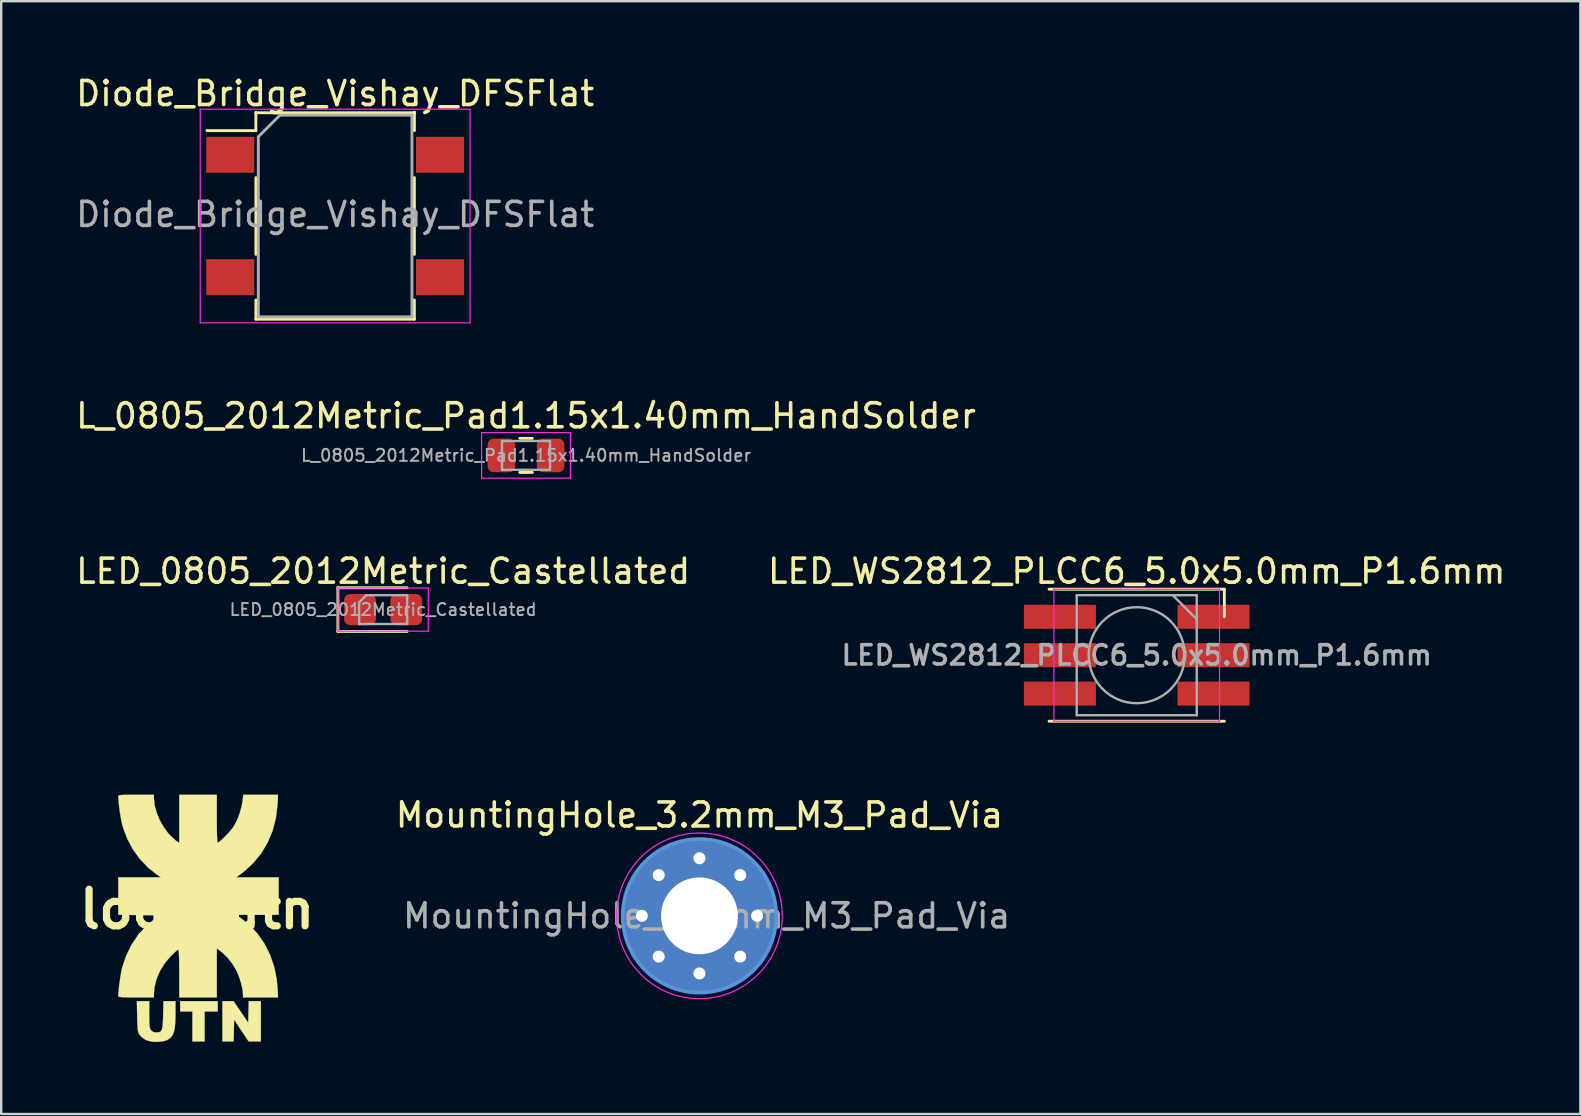
<source format=kicad_pcb>
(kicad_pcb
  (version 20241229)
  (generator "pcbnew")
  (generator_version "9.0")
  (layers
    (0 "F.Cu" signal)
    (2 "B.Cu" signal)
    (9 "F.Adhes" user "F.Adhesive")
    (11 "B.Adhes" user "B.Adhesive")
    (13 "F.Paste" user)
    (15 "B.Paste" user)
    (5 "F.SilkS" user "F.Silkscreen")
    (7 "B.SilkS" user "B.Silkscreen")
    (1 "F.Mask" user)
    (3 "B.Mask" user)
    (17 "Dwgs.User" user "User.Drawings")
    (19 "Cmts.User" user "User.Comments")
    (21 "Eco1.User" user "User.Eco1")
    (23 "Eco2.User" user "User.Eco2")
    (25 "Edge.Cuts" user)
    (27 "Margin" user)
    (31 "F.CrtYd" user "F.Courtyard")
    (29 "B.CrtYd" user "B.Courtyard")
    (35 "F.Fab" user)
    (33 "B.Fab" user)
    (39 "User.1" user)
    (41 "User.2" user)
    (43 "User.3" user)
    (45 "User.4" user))
  (footprint "LED_0805_2012Metric_Castellated"
    (layer "F.Cu")
    (at 12.911 22.345)
    (property "Reference" "LED_0805_2012Metric_Castellated" (at 0 -1.6 0) (layer "F.SilkS") (effects (font (size 1 1) (thickness 0.15))))
    (attr smd)
    (fp_line (start -1.885 -0.91) (end -1.885 0.91) (stroke (width 0.12) (type solid)) (layer "F.SilkS"))
    (fp_line (start -1.885 0.91) (end 1 0.91) (stroke (width 0.12) (type solid)) (layer "F.SilkS"))
    (fp_line (start 1 -0.91) (end -1.885 -0.91) (stroke (width 0.12) (type solid)) (layer "F.SilkS"))
    (fp_line (start -1.88 -0.9) (end 1.88 -0.9) (stroke (width 0.05) (type solid)) (layer "F.CrtYd"))
    (fp_line (start -1.88 0.9) (end -1.88 -0.9) (stroke (width 0.05) (type solid)) (layer "F.CrtYd"))
    (fp_line (start 1.88 -0.9) (end 1.88 0.9) (stroke (width 0.05) (type solid)) (layer "F.CrtYd"))
    (fp_line (start 1.88 0.9) (end -1.88 0.9) (stroke (width 0.05) (type solid)) (layer "F.CrtYd"))
    (fp_line (start -1 -0.3) (end -1 0.6) (stroke (width 0.1) (type solid)) (layer "F.Fab"))
    (fp_line (start -1 0.6) (end 1 0.6) (stroke (width 0.1) (type solid)) (layer "F.Fab"))
    (fp_line (start -0.7 -0.6) (end -1 -0.3) (stroke (width 0.1) (type solid)) (layer "F.Fab"))
    (fp_line (start 1 -0.6) (end -0.7 -0.6) (stroke (width 0.1) (type solid)) (layer "F.Fab"))
    (fp_line (start 1 0.6) (end 1 -0.6) (stroke (width 0.1) (type solid)) (layer "F.Fab"))
    (fp_text user "${REFERENCE}" (at 0 0 0) (layer "F.Fab") (effects (font (size 0.5 0.5) (thickness 0.08))))
    (pad "1" smd roundrect (at -0.963 0) (size 1.325 1.3) (layers "F.Cu" "F.Mask" "F.Paste") (roundrect_rratio 0.192))
    (pad "2" smd roundrect (at 0.963 0) (size 1.325 1.3) (layers "F.Cu" "F.Mask" "F.Paste") (roundrect_rratio 0.192)))
  (footprint "MountingHole_3.2mm_M3_Pad_Via"
    (layer "F.Cu")
    (at 26.088 35.103)
    (property "Reference" "MountingHole_3.2mm_M3_Pad_Via" (at 0 -4.2 0) (layer "F.SilkS") (effects (font (size 1 1) (thickness 0.15))))
    (attr exclude_from_pos_files exclude_from_bom)
    (fp_circle (center 0 0) (end 3.2 0) (stroke (width 0.15) (type solid)) (fill no) (layer "Cmts.User"))
    (fp_circle (center 0 0) (end 3.45 0) (stroke (width 0.05) (type solid)) (fill no) (layer "F.CrtYd"))
    (fp_text user "${REFERENCE}" (at 0.3 0 0) (layer "F.Fab") (effects (font (size 1 1) (thickness 0.15))))
    (pad "1" thru_hole circle (at -2.4 0) (size 0.8 0.8) (drill 0.5) (layers "*.Cu" "*.Mask"))
    (pad "1" thru_hole circle (at -1.697 -1.697) (size 0.8 0.8) (drill 0.5) (layers "*.Cu" "*.Mask"))
    (pad "1" thru_hole circle (at -1.697 1.697) (size 0.8 0.8) (drill 0.5) (layers "*.Cu" "*.Mask"))
    (pad "1" thru_hole circle (at 0 -2.4) (size 0.8 0.8) (drill 0.5) (layers "*.Cu" "*.Mask"))
    (pad "1" thru_hole circle (at 0 0) (size 6.4 6.4) (drill 3.2) (layers "*.Cu" "*.Mask"))
    (pad "1" thru_hole circle (at 0 2.4) (size 0.8 0.8) (drill 0.5) (layers "*.Cu" "*.Mask"))
    (pad "1" thru_hole circle (at 1.697 -1.697) (size 0.8 0.8) (drill 0.5) (layers "*.Cu" "*.Mask"))
    (pad "1" thru_hole circle (at 1.697 1.697) (size 0.8 0.8) (drill 0.5) (layers "*.Cu" "*.Mask"))
    (pad "1" thru_hole circle (at 2.4 0) (size 0.8 0.8) (drill 0.5) (layers "*.Cu" "*.Mask")))
  (footprint "LED_WS2812_PLCC6_5.0x5.0mm_P1.6mm"
    (layer "F.Cu")
    (at 44.304 24.245)
    (property "Reference" "LED_WS2812_PLCC6_5.0x5.0mm_P1.6mm" (at 0 -3.5 0) (layer "F.SilkS") (effects (font (size 1 1) (thickness 0.15))))
    (attr smd)
    (fp_line (start -3.65 -2.75) (end 3.65 -2.75) (stroke (width 0.12) (type solid)) (layer "F.SilkS"))
    (fp_line (start -3.65 2.75) (end 3.65 2.75) (stroke (width 0.12) (type solid)) (layer "F.SilkS"))
    (fp_line (start 3.65 -1.6) (end 3.65 -2.75) (stroke (width 0.12) (type solid)) (layer "F.SilkS"))
    (fp_line (start -3.45 -2.75) (end -3.45 2.75) (stroke (width 0.05) (type solid)) (layer "F.CrtYd"))
    (fp_line (start -3.45 2.75) (end 3.45 2.75) (stroke (width 0.05) (type solid)) (layer "F.CrtYd"))
    (fp_line (start 3.45 -2.75) (end -3.45 -2.75) (stroke (width 0.05) (type solid)) (layer "F.CrtYd"))
    (fp_line (start 3.45 2.75) (end 3.45 -2.75) (stroke (width 0.05) (type solid)) (layer "F.CrtYd"))
    (fp_line (start -2.5 -2.5) (end 2.5 -2.5) (stroke (width 0.1) (type solid)) (layer "F.Fab"))
    (fp_line (start -2.5 2.5) (end -2.5 -2.5) (stroke (width 0.1) (type solid)) (layer "F.Fab"))
    (fp_line (start 2.5 -2.5) (end 2.5 2.5) (stroke (width 0.1) (type solid)) (layer "F.Fab"))
    (fp_line (start 2.5 -1.5) (end 1.5 -2.5) (stroke (width 0.1) (type solid)) (layer "F.Fab"))
    (fp_line (start 2.5 2.5) (end -2.5 2.5) (stroke (width 0.1) (type solid)) (layer "F.Fab"))
    (fp_circle (center 0 0) (end 0 -2) (stroke (width 0.1) (type solid)) (fill no) (layer "F.Fab"))
    (fp_text user "${REFERENCE}" (at 0 0 0) (layer "F.Fab") (effects (font (size 0.8 0.8) (thickness 0.15))))
    (pad "" smd circle (at 0 0) (size 4 4) (layers "F.Mask"))
    (pad "1" smd rect (at 3.2 -1.6) (size 3 1) (layers "F.Cu" "F.Mask" "F.Paste"))
    (pad "2" smd rect (at 3.2 0) (size 3 1) (layers "F.Cu" "F.Mask" "F.Paste"))
    (pad "3" smd rect (at 3.2 1.6) (size 3 1) (layers "F.Cu" "F.Mask" "F.Paste"))
    (pad "4" smd rect (at -3.2 1.6) (size 3 1) (layers "F.Cu" "F.Mask" "F.Paste"))
    (pad "5" smd rect (at -3.2 0) (size 3 1) (layers "F.Cu" "F.Mask" "F.Paste"))
    (pad "6" smd rect (at -3.2 -1.6) (size 3 1) (layers "F.Cu" "F.Mask" "F.Paste")))
  (footprint "Diode_Bridge_Vishay_DFSFlat"
    (layer "F.Cu")
    (at 10.911 5.948)
    (property "Reference" "Diode_Bridge_Vishay_DFSFlat" (at 0 -5.1 0) (layer "F.SilkS") (effects (font (size 1 1) (thickness 0.15))))
    (attr smd)
    (fp_line (start -5.334 -3.556) (end -5.334 -3.556) (stroke (width 0.12) (type solid)) (layer "F.SilkS"))
    (fp_line (start -3.302 -4.318) (end -3.302 -3.556) (stroke (width 0.12) (type solid)) (layer "F.SilkS"))
    (fp_line (start -3.302 -3.556) (end -5.334 -3.556) (stroke (width 0.12) (type solid)) (layer "F.SilkS"))
    (fp_line (start -3.3 -4.3) (end 3.3 -4.3) (stroke (width 0.12) (type solid)) (layer "F.SilkS"))
    (fp_line (start -3.3 -1.6) (end -3.3 1.6) (stroke (width 0.12) (type solid)) (layer "F.SilkS"))
    (fp_line (start -3.3 3.5) (end -3.3 4.3) (stroke (width 0.12) (type solid)) (layer "F.SilkS"))
    (fp_line (start -3.3 4.3) (end 3.3 4.3) (stroke (width 0.12) (type solid)) (layer "F.SilkS"))
    (fp_line (start 3.3 -1.6) (end 3.3 1.6) (stroke (width 0.12) (type solid)) (layer "F.SilkS"))
    (fp_line (start 3.3 4.3) (end 3.3 3.5) (stroke (width 0.12) (type solid)) (layer "F.SilkS"))
    (fp_line (start 3.302 -4.318) (end 3.302 -4.318) (stroke (width 0.12) (type solid)) (layer "F.SilkS"))
    (fp_line (start 3.302 -3.556) (end 3.302 -4.318) (stroke (width 0.12) (type solid)) (layer "F.SilkS"))
    (fp_line (start -5.62 -4.45) (end -5.62 4.45) (stroke (width 0.05) (type solid)) (layer "F.CrtYd"))
    (fp_line (start -5.62 -4.45) (end 5.62 -4.45) (stroke (width 0.05) (type solid)) (layer "F.CrtYd"))
    (fp_line (start 5.62 4.45) (end -5.62 4.45) (stroke (width 0.05) (type solid)) (layer "F.CrtYd"))
    (fp_line (start 5.62 4.45) (end 5.62 -4.45) (stroke (width 0.05) (type solid)) (layer "F.CrtYd"))
    (fp_line (start -3.2 -3.3) (end -2.3 -4.2) (stroke (width 0.12) (type solid)) (layer "F.Fab"))
    (fp_line (start -3.2 4.2) (end -3.2 -3.3) (stroke (width 0.12) (type solid)) (layer "F.Fab"))
    (fp_line (start -2.3 -4.2) (end 3.2 -4.2) (stroke (width 0.12) (type solid)) (layer "F.Fab"))
    (fp_line (start 3.2 -4.2) (end 3.2 4.2) (stroke (width 0.12) (type solid)) (layer "F.Fab"))
    (fp_line (start 3.2 4.2) (end -3.2 4.2) (stroke (width 0.12) (type solid)) (layer "F.Fab"))
    (fp_text user "${REFERENCE}" (at 0 -0.065 0) (layer "F.Fab") (effects (font (size 1 1) (thickness 0.15))))
    (pad "1" smd rect (at -4.37 -2.55) (size 2 1.5) (layers "F.Cu" "F.Mask" "F.Paste"))
    (pad "2" smd rect (at -4.37 2.55) (size 2 1.5) (layers "F.Cu" "F.Mask" "F.Paste"))
    (pad "3" smd rect (at 4.37 2.55) (size 2 1.5) (layers "F.Cu" "F.Mask" "F.Paste"))
    (pad "4" smd rect (at 4.37 -2.55) (size 2 1.5) (layers "F.Cu" "F.Mask" "F.Paste")))
  (footprint "logo_utn"
    (layer "F.Cu")
    (at 5.16 34.827)
    (property "Reference" "logo_utn" (at 0 0 0) (layer "F.SilkS") (effects (font (size 1.524 1.524) (thickness 0.3))))
    (attr through_hole)
    (fp_poly (pts (xy 0.86 4.259) (xy 0.313 4.259) (xy 0.313 5.51) (xy -0.195 5.51) (xy -0.195 4.259) (xy -0.703 4.259) (xy -0.703 3.83) (xy 0.86 3.83) (xy 0.86 4.259)) (stroke (width 0.01) (type solid)) (fill yes) (layer "F.SilkS"))
    (fp_poly (pts (xy 1.825 4.28) (xy 2.13 4.731) (xy 2.152 3.83) (xy 2.657 3.83) (xy 2.657 5.51) (xy 2.15 5.51) (xy 1.847 5.055) (xy 1.544 4.599) (xy 1.533 5.055) (xy 1.522 5.51) (xy 1.055 5.51) (xy 1.055 3.83) (xy 1.521 3.83) (xy 1.825 4.28)) (stroke (width 0.01) (type solid)) (fill yes) (layer "F.SilkS"))
    (fp_poly (pts (xy -1.993 4.392) (xy -1.992 4.618) (xy -1.987 4.78) (xy -1.978 4.892) (xy -1.962 4.966) (xy -1.939 5.018) (xy -1.92 5.044) (xy -1.826 5.116) (xy -1.704 5.135) (xy -1.607 5.129) (xy -1.535 5.106) (xy -1.485 5.054) (xy -1.452 4.964) (xy -1.431 4.825) (xy -1.42 4.627) (xy -1.414 4.414) (xy -1.401 3.83) (xy -0.899 3.83) (xy -0.9 4.386) (xy -0.907 4.692) (xy -0.928 4.931) (xy -0.966 5.114) (xy -1.025 5.251) (xy -1.108 5.355) (xy -1.22 5.434) (xy -1.25 5.451) (xy -1.393 5.497) (xy -1.582 5.523) (xy -1.785 5.525) (xy -1.932 5.509) (xy -2.144 5.444) (xy -2.312 5.325) (xy -2.401 5.221) (xy -2.431 5.174) (xy -2.453 5.116) (xy -2.469 5.035) (xy -2.48 4.918) (xy -2.488 4.751) (xy -2.493 4.521) (xy -2.495 4.472) (xy -2.508 3.83) (xy -1.993 3.83) (xy -1.993 4.392)) (stroke (width 0.01) (type solid)) (fill yes) (layer "F.SilkS"))
    (fp_poly (pts (xy -1.798 -4.604) (xy -1.767 -4.322) (xy -1.683 -4.016) (xy -1.553 -3.706) (xy -1.387 -3.412) (xy -1.195 -3.156) (xy -1.131 -3.088) (xy -1.015 -2.975) (xy -0.91 -2.88) (xy -0.835 -2.822) (xy -0.824 -2.815) (xy -0.742 -2.772) (xy -0.742 -4.767) (xy 0.821 -4.767) (xy 0.821 -3.771) (xy 0.822 -3.467) (xy 0.826 -3.21) (xy 0.832 -3.006) (xy 0.841 -2.862) (xy 0.851 -2.785) (xy 0.857 -2.774) (xy 0.914 -2.802) (xy 1.007 -2.877) (xy 1.122 -2.985) (xy 1.247 -3.113) (xy 1.369 -3.247) (xy 1.473 -3.373) (xy 1.531 -3.455) (xy 1.66 -3.696) (xy 1.772 -3.983) (xy 1.856 -4.286) (xy 1.898 -4.526) (xy 1.925 -4.767) (xy 3.372 -4.767) (xy 3.349 -4.347) (xy 3.283 -3.795) (xy 3.147 -3.272) (xy 2.943 -2.784) (xy 2.676 -2.335) (xy 2.345 -1.929) (xy 1.955 -1.57) (xy 1.862 -1.499) (xy 1.633 -1.329) (xy 3.4 -1.329) (xy 3.4 0.234) (xy 1.623 0.234) (xy 1.779 0.339) (xy 2.172 0.649) (xy 2.515 1.016) (xy 2.805 1.432) (xy 3.037 1.891) (xy 3.209 2.386) (xy 3.316 2.91) (xy 3.349 3.253) (xy 3.372 3.673) (xy 1.915 3.673) (xy 1.915 3.559) (xy 1.896 3.355) (xy 1.843 3.111) (xy 1.764 2.855) (xy 1.666 2.612) (xy 1.637 2.55) (xy 1.465 2.264) (xy 1.254 1.999) (xy 1.022 1.781) (xy 0.948 1.725) (xy 0.821 1.636) (xy 0.821 3.673) (xy -0.742 3.673) (xy -0.742 2.677) (xy -0.744 2.324) (xy -0.749 2.048) (xy -0.756 1.85) (xy -0.767 1.728) (xy -0.781 1.681) (xy -0.783 1.68) (xy -0.827 1.706) (xy -0.911 1.777) (xy -1.022 1.88) (xy -1.107 1.964) (xy -1.349 2.251) (xy -1.547 2.574) (xy -1.692 2.917) (xy -1.777 3.263) (xy -1.797 3.507) (xy -1.798 3.673) (xy -2.54 3.673) (xy -2.812 3.672) (xy -3.014 3.668) (xy -3.154 3.661) (xy -3.239 3.649) (xy -3.278 3.634) (xy -3.282 3.624) (xy -3.275 3.472) (xy -3.256 3.269) (xy -3.227 3.039) (xy -3.194 2.808) (xy -3.158 2.601) (xy -3.124 2.443) (xy -3.123 2.44) (xy -2.957 1.943) (xy -2.73 1.48) (xy -2.448 1.061) (xy -2.117 0.694) (xy -1.799 0.428) (xy -1.56 0.254) (xy -3.282 0.233) (xy -3.282 -1.329) (xy -1.506 -1.329) (xy -1.661 -1.433) (xy -2.043 -1.734) (xy -2.385 -2.095) (xy -2.679 -2.505) (xy -2.917 -2.953) (xy -3.092 -3.428) (xy -3.125 -3.547) (xy -3.164 -3.732) (xy -3.204 -3.963) (xy -3.238 -4.211) (xy -3.265 -4.449) (xy -3.28 -4.648) (xy -3.281 -4.699) (xy -3.276 -4.723) (xy -3.253 -4.74) (xy -3.202 -4.753) (xy -3.112 -4.761) (xy -2.974 -4.765) (xy -2.777 -4.767) (xy -2.54 -4.767) (xy -1.798 -4.767) (xy -1.798 -4.604)) (stroke (width 0.01) (type solid)) (fill yes) (layer "F.SilkS")))
  (footprint "L_0805_2012Metric_Pad1.15x1.40mm_HandSolder"
    (layer "F.Cu")
    (at 18.863 15.921)
    (property "Reference" "L_0805_2012Metric_Pad1.15x1.40mm_HandSolder" (at 0 -1.65 0) (layer "F.SilkS") (effects (font (size 1 1) (thickness 0.15))))
    (attr smd)
    (fp_line (start -0.261 -0.71) (end 0.261 -0.71) (stroke (width 0.12) (type solid)) (layer "F.SilkS"))
    (fp_line (start -0.261 0.71) (end 0.261 0.71) (stroke (width 0.12) (type solid)) (layer "F.SilkS"))
    (fp_line (start -1.85 -0.95) (end 1.85 -0.95) (stroke (width 0.05) (type solid)) (layer "F.CrtYd"))
    (fp_line (start -1.85 0.95) (end -1.85 -0.95) (stroke (width 0.05) (type solid)) (layer "F.CrtYd"))
    (fp_line (start 1.85 -0.95) (end 1.85 0.95) (stroke (width 0.05) (type solid)) (layer "F.CrtYd"))
    (fp_line (start 1.85 0.95) (end -1.85 0.95) (stroke (width 0.05) (type solid)) (layer "F.CrtYd"))
    (fp_line (start -1 -0.6) (end 1 -0.6) (stroke (width 0.1) (type solid)) (layer "F.Fab"))
    (fp_line (start -1 0.6) (end -1 -0.6) (stroke (width 0.1) (type solid)) (layer "F.Fab"))
    (fp_line (start 1 -0.6) (end 1 0.6) (stroke (width 0.1) (type solid)) (layer "F.Fab"))
    (fp_line (start 1 0.6) (end -1 0.6) (stroke (width 0.1) (type solid)) (layer "F.Fab"))
    (fp_text user "${REFERENCE}" (at 0 0 0) (layer "F.Fab") (effects (font (size 0.5 0.5) (thickness 0.08))))
    (pad "1" smd roundrect (at -1.025 0) (size 1.15 1.4) (layers "F.Cu" "F.Mask" "F.Paste") (roundrect_rratio 0.217))
    (pad "2" smd roundrect (at 1.025 0) (size 1.15 1.4) (layers "F.Cu" "F.Mask" "F.Paste") (roundrect_rratio 0.217)))
  (gr_rect
    (start -3 -3)
    (end 62.786 43.357)
    (stroke (width 0.1) (type default))
    (fill no)
    (layer "Edge.Cuts")))
</source>
